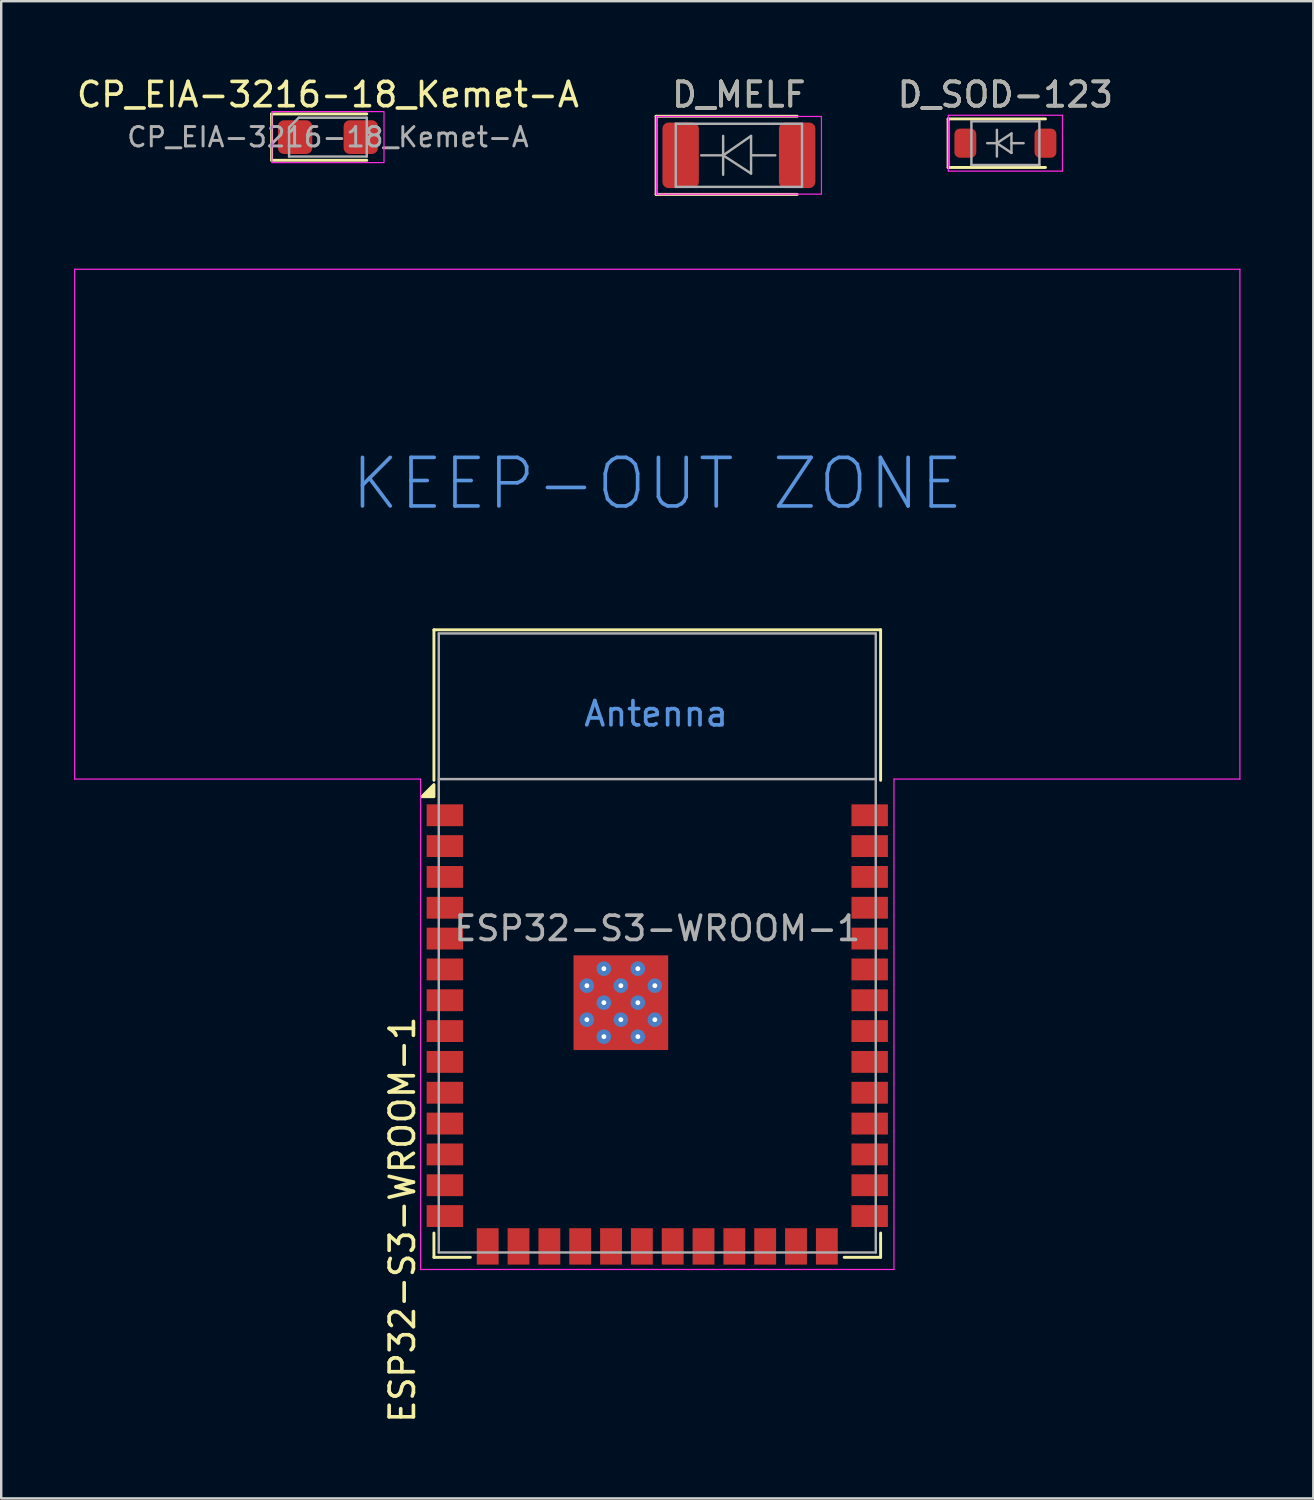
<source format=kicad_pcb>
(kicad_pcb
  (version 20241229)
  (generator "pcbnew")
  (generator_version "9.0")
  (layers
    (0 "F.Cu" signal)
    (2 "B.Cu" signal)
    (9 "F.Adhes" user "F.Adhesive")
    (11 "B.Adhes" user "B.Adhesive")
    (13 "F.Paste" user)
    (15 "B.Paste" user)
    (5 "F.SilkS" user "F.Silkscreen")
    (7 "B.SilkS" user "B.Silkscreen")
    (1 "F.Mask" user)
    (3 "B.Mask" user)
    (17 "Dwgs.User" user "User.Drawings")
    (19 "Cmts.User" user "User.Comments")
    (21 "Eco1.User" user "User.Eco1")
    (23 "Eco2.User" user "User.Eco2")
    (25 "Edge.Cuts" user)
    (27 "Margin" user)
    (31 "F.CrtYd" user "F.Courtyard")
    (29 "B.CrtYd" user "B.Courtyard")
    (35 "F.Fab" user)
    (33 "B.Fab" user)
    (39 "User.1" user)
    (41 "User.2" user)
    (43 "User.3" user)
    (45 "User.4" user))
  (footprint "D_SOD-123"
    (layer "F.Cu")
    (at 38.365 2.848)
    (property "Reference" "D_SOD-123" (at 0 -2 0) (layer "F.SilkS") (effects (font (size 1 1) (thickness 0.15))))
    (attr smd)
    (fp_line (start -2.36 -1) (end -2.36 1) (stroke (width 0.12) (type solid)) (layer "F.SilkS"))
    (fp_line (start -2.36 -1) (end 1.65 -1) (stroke (width 0.12) (type solid)) (layer "F.SilkS"))
    (fp_line (start -2.36 1) (end 1.65 1) (stroke (width 0.12) (type solid)) (layer "F.SilkS"))
    (fp_line (start -2.35 -1.15) (end -2.35 1.15) (stroke (width 0.05) (type solid)) (layer "F.CrtYd"))
    (fp_line (start -2.35 -1.15) (end 2.35 -1.15) (stroke (width 0.05) (type solid)) (layer "F.CrtYd"))
    (fp_line (start 2.35 -1.15) (end 2.35 1.15) (stroke (width 0.05) (type solid)) (layer "F.CrtYd"))
    (fp_line (start 2.35 1.15) (end -2.35 1.15) (stroke (width 0.05) (type solid)) (layer "F.CrtYd"))
    (fp_line (start -1.4 -0.9) (end 1.4 -0.9) (stroke (width 0.1) (type solid)) (layer "F.Fab"))
    (fp_line (start -1.4 0.9) (end -1.4 -0.9) (stroke (width 0.1) (type solid)) (layer "F.Fab"))
    (fp_line (start -0.75 0) (end -0.35 0) (stroke (width 0.1) (type solid)) (layer "F.Fab"))
    (fp_line (start -0.35 0) (end -0.35 -0.55) (stroke (width 0.1) (type solid)) (layer "F.Fab"))
    (fp_line (start -0.35 0) (end -0.35 0.55) (stroke (width 0.1) (type solid)) (layer "F.Fab"))
    (fp_line (start -0.35 0) (end 0.25 -0.4) (stroke (width 0.1) (type solid)) (layer "F.Fab"))
    (fp_line (start 0.25 -0.4) (end 0.25 0.4) (stroke (width 0.1) (type solid)) (layer "F.Fab"))
    (fp_line (start 0.25 0) (end 0.75 0) (stroke (width 0.1) (type solid)) (layer "F.Fab"))
    (fp_line (start 0.25 0.4) (end -0.35 0) (stroke (width 0.1) (type solid)) (layer "F.Fab"))
    (fp_line (start 1.4 -0.9) (end 1.4 0.9) (stroke (width 0.1) (type solid)) (layer "F.Fab"))
    (fp_line (start 1.4 0.9) (end -1.4 0.9) (stroke (width 0.1) (type solid)) (layer "F.Fab"))
    (fp_text user "${REFERENCE}" (at 0 -2 0) (layer "F.Fab") (effects (font (size 1 1) (thickness 0.15))))
    (pad "1" smd roundrect (at -1.65 0) (size 0.9 1.2) (layers "F.Cu" "F.Mask" "F.Paste") (roundrect_rratio 0.25))
    (pad "2" smd roundrect (at 1.65 0) (size 0.9 1.2) (layers "F.Cu" "F.Mask" "F.Paste") (roundrect_rratio 0.25)))
  (footprint "CP_EIA-3216-18_Kemet-A"
    (layer "F.Cu")
    (at 10.458 2.598)
    (property "Reference" "CP_EIA-3216-18_Kemet-A" (at 0 -1.75 0) (layer "F.SilkS") (effects (font (size 1 1) (thickness 0.15))))
    (attr smd)
    (fp_line (start -2.32 -0.955) (end -2.32 0.955) (stroke (width 0.12) (type solid)) (layer "F.SilkS"))
    (fp_line (start -2.32 0.955) (end 1.6 0.955) (stroke (width 0.12) (type solid)) (layer "F.SilkS"))
    (fp_line (start 1.6 -0.955) (end -2.32 -0.955) (stroke (width 0.12) (type solid)) (layer "F.SilkS"))
    (fp_rect (start -2.31 -1.05) (end 2.31 1.05) (stroke (width 0.05) (type solid)) (fill no) (layer "F.CrtYd"))
    (fp_line (start -1.6 -0.4) (end -1.6 0.8) (stroke (width 0.1) (type solid)) (layer "F.Fab"))
    (fp_line (start -1.6 0.8) (end 1.6 0.8) (stroke (width 0.1) (type solid)) (layer "F.Fab"))
    (fp_line (start -1.2 -0.8) (end -1.6 -0.4) (stroke (width 0.1) (type solid)) (layer "F.Fab"))
    (fp_line (start 1.6 -0.8) (end -1.2 -0.8) (stroke (width 0.1) (type solid)) (layer "F.Fab"))
    (fp_line (start 1.6 0.8) (end 1.6 -0.8) (stroke (width 0.1) (type solid)) (layer "F.Fab"))
    (fp_text user "${REFERENCE}" (at 0 0 0) (layer "F.Fab") (effects (font (size 0.8 0.8) (thickness 0.12))))
    (pad "1" smd roundrect (at -1.353 0) (size 1.415 1.39) (layers "F.Cu" "F.Mask" "F.Paste") (roundrect_rratio 0.18))
    (pad "2" smd roundrect (at 1.353 0) (size 1.415 1.39) (layers "F.Cu" "F.Mask" "F.Paste") (roundrect_rratio 0.18)))
  (footprint "D_MELF"
    (layer "F.Cu")
    (at 27.387 3.348)
    (property "Reference" "D_MELF" (at 0 -2.5 0) (layer "F.SilkS") (effects (font (size 1 1) (thickness 0.15))))
    (attr smd)
    (fp_line (start -3.41 -1.61) (end -3.41 1.61) (stroke (width 0.12) (type solid)) (layer "F.SilkS"))
    (fp_line (start -3.41 1.61) (end 2.4 1.61) (stroke (width 0.12) (type solid)) (layer "F.SilkS"))
    (fp_line (start 2.4 -1.61) (end -3.41 -1.61) (stroke (width 0.12) (type solid)) (layer "F.SilkS"))
    (fp_line (start -3.4 -1.6) (end 3.4 -1.6) (stroke (width 0.05) (type solid)) (layer "F.CrtYd"))
    (fp_line (start -3.4 1.6) (end -3.4 -1.6) (stroke (width 0.05) (type solid)) (layer "F.CrtYd"))
    (fp_line (start 3.4 -1.6) (end 3.4 1.6) (stroke (width 0.05) (type solid)) (layer "F.CrtYd"))
    (fp_line (start 3.4 1.6) (end -3.4 1.6) (stroke (width 0.05) (type solid)) (layer "F.CrtYd"))
    (fp_line (start -2.6 -1.3) (end -2.6 1.3) (stroke (width 0.1) (type solid)) (layer "F.Fab"))
    (fp_line (start -2.6 1.3) (end 2.6 1.3) (stroke (width 0.1) (type solid)) (layer "F.Fab"))
    (fp_line (start -0.649 -0.799) (end -0.649 0.801) (stroke (width 0.1) (type solid)) (layer "F.Fab"))
    (fp_line (start -0.649 0.001) (end -1.551 0.001) (stroke (width 0.1) (type solid)) (layer "F.Fab"))
    (fp_line (start -0.649 0.001) (end 0.501 -0.799) (stroke (width 0.1) (type solid)) (layer "F.Fab"))
    (fp_line (start -0.649 0.001) (end 0.501 0.75) (stroke (width 0.1) (type solid)) (layer "F.Fab"))
    (fp_line (start 0.501 0.001) (end 1.499 0.001) (stroke (width 0.1) (type solid)) (layer "F.Fab"))
    (fp_line (start 0.501 0.75) (end 0.501 -0.799) (stroke (width 0.1) (type solid)) (layer "F.Fab"))
    (fp_line (start 2.6 -1.3) (end -2.6 -1.3) (stroke (width 0.1) (type solid)) (layer "F.Fab"))
    (fp_line (start 2.6 1.3) (end 2.6 -1.3) (stroke (width 0.1) (type solid)) (layer "F.Fab"))
    (fp_text user "${REFERENCE}" (at 0 -2.5 0) (layer "F.Fab") (effects (font (size 1 1) (thickness 0.15))))
    (pad "1" smd roundrect (at -2.4 0) (size 1.5 2.7) (layers "F.Cu" "F.Mask" "F.Paste") (roundrect_rratio 0.167))
    (pad "2" smd roundrect (at 2.4 0) (size 1.5 2.7) (layers "F.Cu" "F.Mask" "F.Paste") (roundrect_rratio 0.167)))
  (footprint "ESP32-S3-WROOM-1"
    (layer "F.Cu")
    (at 24.025 35.793)
    (property "Reference" "ESP32-S3-WROOM-1" (at -10.5 11.4 90) (unlocked yes) (layer "F.SilkS") (effects (font (size 1 1) (thickness 0.15))))
    (attr smd)
    (fp_line (start -9.2 -12.9) (end -9.2 -6.7) (stroke (width 0.12) (type solid)) (layer "F.SilkS"))
    (fp_line (start -9.2 -12.9) (end 9.2 -12.9) (stroke (width 0.12) (type solid)) (layer "F.SilkS"))
    (fp_line (start -9.2 11.95) (end -9.2 12.95) (stroke (width 0.12) (type solid)) (layer "F.SilkS"))
    (fp_line (start -9.2 12.95) (end -7.7 12.95) (stroke (width 0.12) (type solid)) (layer "F.SilkS"))
    (fp_line (start 9.2 -12.9) (end 9.2 -6.7) (stroke (width 0.12) (type solid)) (layer "F.SilkS"))
    (fp_line (start 9.2 12.95) (end 7.7 12.95) (stroke (width 0.12) (type solid)) (layer "F.SilkS"))
    (fp_line (start 9.2 12.95) (end 9.2 11.95) (stroke (width 0.12) (type solid)) (layer "F.SilkS"))
    (fp_poly (pts (xy -9.2 -6.025) (xy -9.7 -6.025) (xy -9.2 -6.525) (xy -9.2 -6.025)) (stroke (width 0.12) (type solid)) (fill yes) (layer "F.SilkS"))
    (fp_line (start -24 -27.75) (end -24 -6.75) (stroke (width 0.05) (type solid)) (layer "F.CrtYd"))
    (fp_line (start -24 -6.75) (end -9.75 -6.75) (stroke (width 0.05) (type solid)) (layer "F.CrtYd"))
    (fp_line (start -9.75 13.45) (end -9.75 -6.75) (stroke (width 0.05) (type solid)) (layer "F.CrtYd"))
    (fp_line (start -9.75 13.45) (end 9.75 13.45) (stroke (width 0.05) (type solid)) (layer "F.CrtYd"))
    (fp_line (start 9.75 -6.75) (end 9.75 13.45) (stroke (width 0.05) (type solid)) (layer "F.CrtYd"))
    (fp_line (start 9.75 -6.75) (end 24 -6.75) (stroke (width 0.05) (type solid)) (layer "F.CrtYd"))
    (fp_line (start 24 -27.75) (end -24 -27.75) (stroke (width 0.05) (type solid)) (layer "F.CrtYd"))
    (fp_line (start 24 -6.75) (end 24 -27.75) (stroke (width 0.05) (type solid)) (layer "F.CrtYd"))
    (fp_line (start -9 -12.75) (end 9 -12.75) (stroke (width 0.1) (type solid)) (layer "F.Fab"))
    (fp_line (start -9 -6.75) (end 9 -6.75) (stroke (width 0.1) (type solid)) (layer "F.Fab"))
    (fp_line (start -9 12.75) (end -9 -12.75) (stroke (width 0.1) (type solid)) (layer "F.Fab"))
    (fp_line (start -9 12.75) (end 9 12.75) (stroke (width 0.1) (type solid)) (layer "F.Fab"))
    (fp_line (start 9 12.75) (end 9 -12.75) (stroke (width 0.1) (type solid)) (layer "F.Fab"))
    (fp_text user "KEEP-OUT ZONE" (at 0 -18.92 0) (layer "Cmts.User") (effects (font (size 2 2) (thickness 0.15))))
    (fp_text user "Antenna" (at -0.05 -9.44 0) (layer "Cmts.User") (effects (font (size 1 1) (thickness 0.15))))
    (fp_text user "${REFERENCE}" (at 0 -0.6 0) (unlocked yes) (layer "F.Fab") (effects (font (size 1 1) (thickness 0.15))))
    (pad "" smd rect (at -2.9 1.06) (size 0.9 0.9) (layers "F.Paste"))
    (pad "" smd rect (at -2.9 2.46 270) (size 0.9 0.9) (layers "F.Paste"))
    (pad "" smd rect (at -2.9 3.86) (size 0.9 0.9) (layers "F.Paste"))
    (pad "" smd rect (at -1.5 1.06 270) (size 0.9 0.9) (layers "F.Paste"))
    (pad "" smd rect (at -1.5 2.46 270) (size 0.9 0.9) (layers "F.Paste"))
    (pad "" smd rect (at -1.5 3.86 270) (size 0.9 0.9) (layers "F.Paste"))
    (pad "" smd rect (at -0.1 1.06 270) (size 0.9 0.9) (layers "F.Paste"))
    (pad "" smd rect (at -0.1 2.46 270) (size 0.9 0.9) (layers "F.Paste"))
    (pad "" smd rect (at -0.1 3.86 270) (size 0.9 0.9) (layers "F.Paste"))
    (pad "1" smd rect (at -8.75 -5.26) (size 1.5 0.9) (layers "F.Cu" "F.Mask" "F.Paste"))
    (pad "2" smd rect (at -8.75 -3.99) (size 1.5 0.9) (layers "F.Cu" "F.Mask" "F.Paste"))
    (pad "3" smd rect (at -8.75 -2.72) (size 1.5 0.9) (layers "F.Cu" "F.Mask" "F.Paste"))
    (pad "4" smd rect (at -8.75 -1.45) (size 1.5 0.9) (layers "F.Cu" "F.Mask" "F.Paste"))
    (pad "5" smd rect (at -8.75 -0.18) (size 1.5 0.9) (layers "F.Cu" "F.Mask" "F.Paste"))
    (pad "6" smd rect (at -8.75 1.09) (size 1.5 0.9) (layers "F.Cu" "F.Mask" "F.Paste"))
    (pad "7" smd rect (at -8.75 2.36) (size 1.5 0.9) (layers "F.Cu" "F.Mask" "F.Paste"))
    (pad "8" smd rect (at -8.75 3.63) (size 1.5 0.9) (layers "F.Cu" "F.Mask" "F.Paste"))
    (pad "9" smd rect (at -8.75 4.9) (size 1.5 0.9) (layers "F.Cu" "F.Mask" "F.Paste"))
    (pad "10" smd rect (at -8.75 6.17) (size 1.5 0.9) (layers "F.Cu" "F.Mask" "F.Paste"))
    (pad "11" smd rect (at -8.75 7.44) (size 1.5 0.9) (layers "F.Cu" "F.Mask" "F.Paste"))
    (pad "12" smd rect (at -8.75 8.71) (size 1.5 0.9) (layers "F.Cu" "F.Mask" "F.Paste"))
    (pad "13" smd rect (at -8.75 9.98) (size 1.5 0.9) (layers "F.Cu" "F.Mask" "F.Paste"))
    (pad "14" smd rect (at -8.75 11.25 180) (size 1.5 0.9) (layers "F.Cu" "F.Mask" "F.Paste"))
    (pad "15" smd rect (at -6.985 12.5 270) (size 1.5 0.9) (layers "F.Cu" "F.Mask" "F.Paste"))
    (pad "16" smd rect (at -5.715 12.5 270) (size 1.5 0.9) (layers "F.Cu" "F.Mask" "F.Paste"))
    (pad "17" smd rect (at -4.445 12.5 270) (size 1.5 0.9) (layers "F.Cu" "F.Mask" "F.Paste"))
    (pad "18" smd rect (at -3.175 12.5 270) (size 1.5 0.9) (layers "F.Cu" "F.Mask" "F.Paste"))
    (pad "19" smd rect (at -1.905 12.5 270) (size 1.5 0.9) (layers "F.Cu" "F.Mask" "F.Paste"))
    (pad "20" smd rect (at -0.635 12.5 270) (size 1.5 0.9) (layers "F.Cu" "F.Mask" "F.Paste"))
    (pad "21" smd rect (at 0.635 12.5 270) (size 1.5 0.9) (layers "F.Cu" "F.Mask" "F.Paste"))
    (pad "22" smd rect (at 1.905 12.5 270) (size 1.5 0.9) (layers "F.Cu" "F.Mask" "F.Paste"))
    (pad "23" smd rect (at 3.175 12.5 270) (size 1.5 0.9) (layers "F.Cu" "F.Mask" "F.Paste"))
    (pad "24" smd rect (at 4.445 12.5 270) (size 1.5 0.9) (layers "F.Cu" "F.Mask" "F.Paste"))
    (pad "25" smd rect (at 5.715 12.5 270) (size 1.5 0.9) (layers "F.Cu" "F.Mask" "F.Paste"))
    (pad "26" smd rect (at 6.985 12.5 270) (size 1.5 0.9) (layers "F.Cu" "F.Mask" "F.Paste"))
    (pad "27" smd rect (at 8.75 11.25) (size 1.5 0.9) (layers "F.Cu" "F.Mask" "F.Paste"))
    (pad "28" smd rect (at 8.75 9.98) (size 1.5 0.9) (layers "F.Cu" "F.Mask" "F.Paste"))
    (pad "29" smd rect (at 8.75 8.71) (size 1.5 0.9) (layers "F.Cu" "F.Mask" "F.Paste"))
    (pad "30" smd rect (at 8.75 7.44) (size 1.5 0.9) (layers "F.Cu" "F.Mask" "F.Paste"))
    (pad "31" smd rect (at 8.75 6.17) (size 1.5 0.9) (layers "F.Cu" "F.Mask" "F.Paste"))
    (pad "32" smd rect (at 8.75 4.9) (size 1.5 0.9) (layers "F.Cu" "F.Mask" "F.Paste"))
    (pad "33" smd rect (at 8.75 3.63) (size 1.5 0.9) (layers "F.Cu" "F.Mask" "F.Paste"))
    (pad "34" smd rect (at 8.75 2.36) (size 1.5 0.9) (layers "F.Cu" "F.Mask" "F.Paste"))
    (pad "35" smd rect (at 8.75 1.09) (size 1.5 0.9) (layers "F.Cu" "F.Mask" "F.Paste"))
    (pad "36" smd rect (at 8.75 -0.18) (size 1.5 0.9) (layers "F.Cu" "F.Mask" "F.Paste"))
    (pad "37" smd rect (at 8.75 -1.45) (size 1.5 0.9) (layers "F.Cu" "F.Mask" "F.Paste"))
    (pad "38" smd rect (at 8.75 -2.72) (size 1.5 0.9) (layers "F.Cu" "F.Mask" "F.Paste"))
    (pad "39" smd rect (at 8.75 -3.99) (size 1.5 0.9) (layers "F.Cu" "F.Mask" "F.Paste"))
    (pad "40" smd rect (at 8.75 -5.26) (size 1.5 0.9) (layers "F.Cu" "F.Mask" "F.Paste"))
    (pad "41" thru_hole circle (at -2.9 1.76 90) (size 0.6 0.6) (drill 0.2) (property pad_prop_heatsink) (layers "*.Cu" "F.Mask"))
    (pad "41" thru_hole circle (at -2.9 3.16) (size 0.6 0.6) (drill 0.2) (property pad_prop_heatsink) (layers "*.Cu" "F.Mask"))
    (pad "41" thru_hole circle (at -2.2 1.06) (size 0.6 0.6) (drill 0.2) (property pad_prop_heatsink) (layers "*.Cu" "F.Mask"))
    (pad "41" thru_hole circle (at -2.2 2.46) (size 0.6 0.6) (drill 0.2) (property pad_prop_heatsink) (layers "*.Cu" "F.Mask"))
    (pad "41" thru_hole circle (at -2.2 3.86) (size 0.6 0.6) (drill 0.2) (property pad_prop_heatsink) (layers "*.Cu" "F.Mask"))
    (pad "41" thru_hole circle (at -1.5 1.76) (size 0.6 0.6) (drill 0.2) (property pad_prop_heatsink) (layers "*.Cu" "F.Mask"))
    (pad "41" smd rect (at -1.5 2.46 270) (size 3.9 3.9) (property pad_prop_heatsink) (layers "F.Cu" "F.Mask"))
    (pad "41" thru_hole circle (at -1.5 3.16) (size 0.6 0.6) (drill 0.2) (property pad_prop_heatsink) (layers "*.Cu" "F.Mask"))
    (pad "41" thru_hole circle (at -0.8 1.06) (size 0.6 0.6) (drill 0.2) (property pad_prop_heatsink) (layers "*.Cu" "F.Mask"))
    (pad "41" thru_hole circle (at -0.8 2.46) (size 0.6 0.6) (drill 0.2) (property pad_prop_heatsink) (layers "*.Cu" "F.Mask"))
    (pad "41" thru_hole circle (at -0.8 3.86) (size 0.6 0.6) (drill 0.2) (property pad_prop_heatsink) (layers "*.Cu" "F.Mask"))
    (pad "41" thru_hole circle (at -0.1 1.76) (size 0.6 0.6) (drill 0.2) (property pad_prop_heatsink) (layers "*.Cu" "F.Mask"))
    (pad "41" thru_hole circle (at -0.1 3.16) (size 0.6 0.6) (drill 0.2) (property pad_prop_heatsink) (layers "*.Cu" "F.Mask"))
    (zone (net_name "") (layers "F.Cu" "B.Cu") (hatch full 0.508) (connect_pads) (min_thickness 0.254) (filled_areas_thickness no) (keepout (tracks not_allowed) (vias not_allowed) (pads not_allowed) (copperpour not_allowed) (footprints not_allowed)) (placement (enabled no)) (fill) (polygon (pts (xy 0.025 29.043) (xy 48.025 29.043) (xy 48.025 8.043) (xy 0.025 8.043)))))
  (gr_rect
    (start -3 -3)
    (end 51.05 58.675)
    (stroke (width 0.1) (type default))
    (fill no)
    (layer "Edge.Cuts")))
</source>
